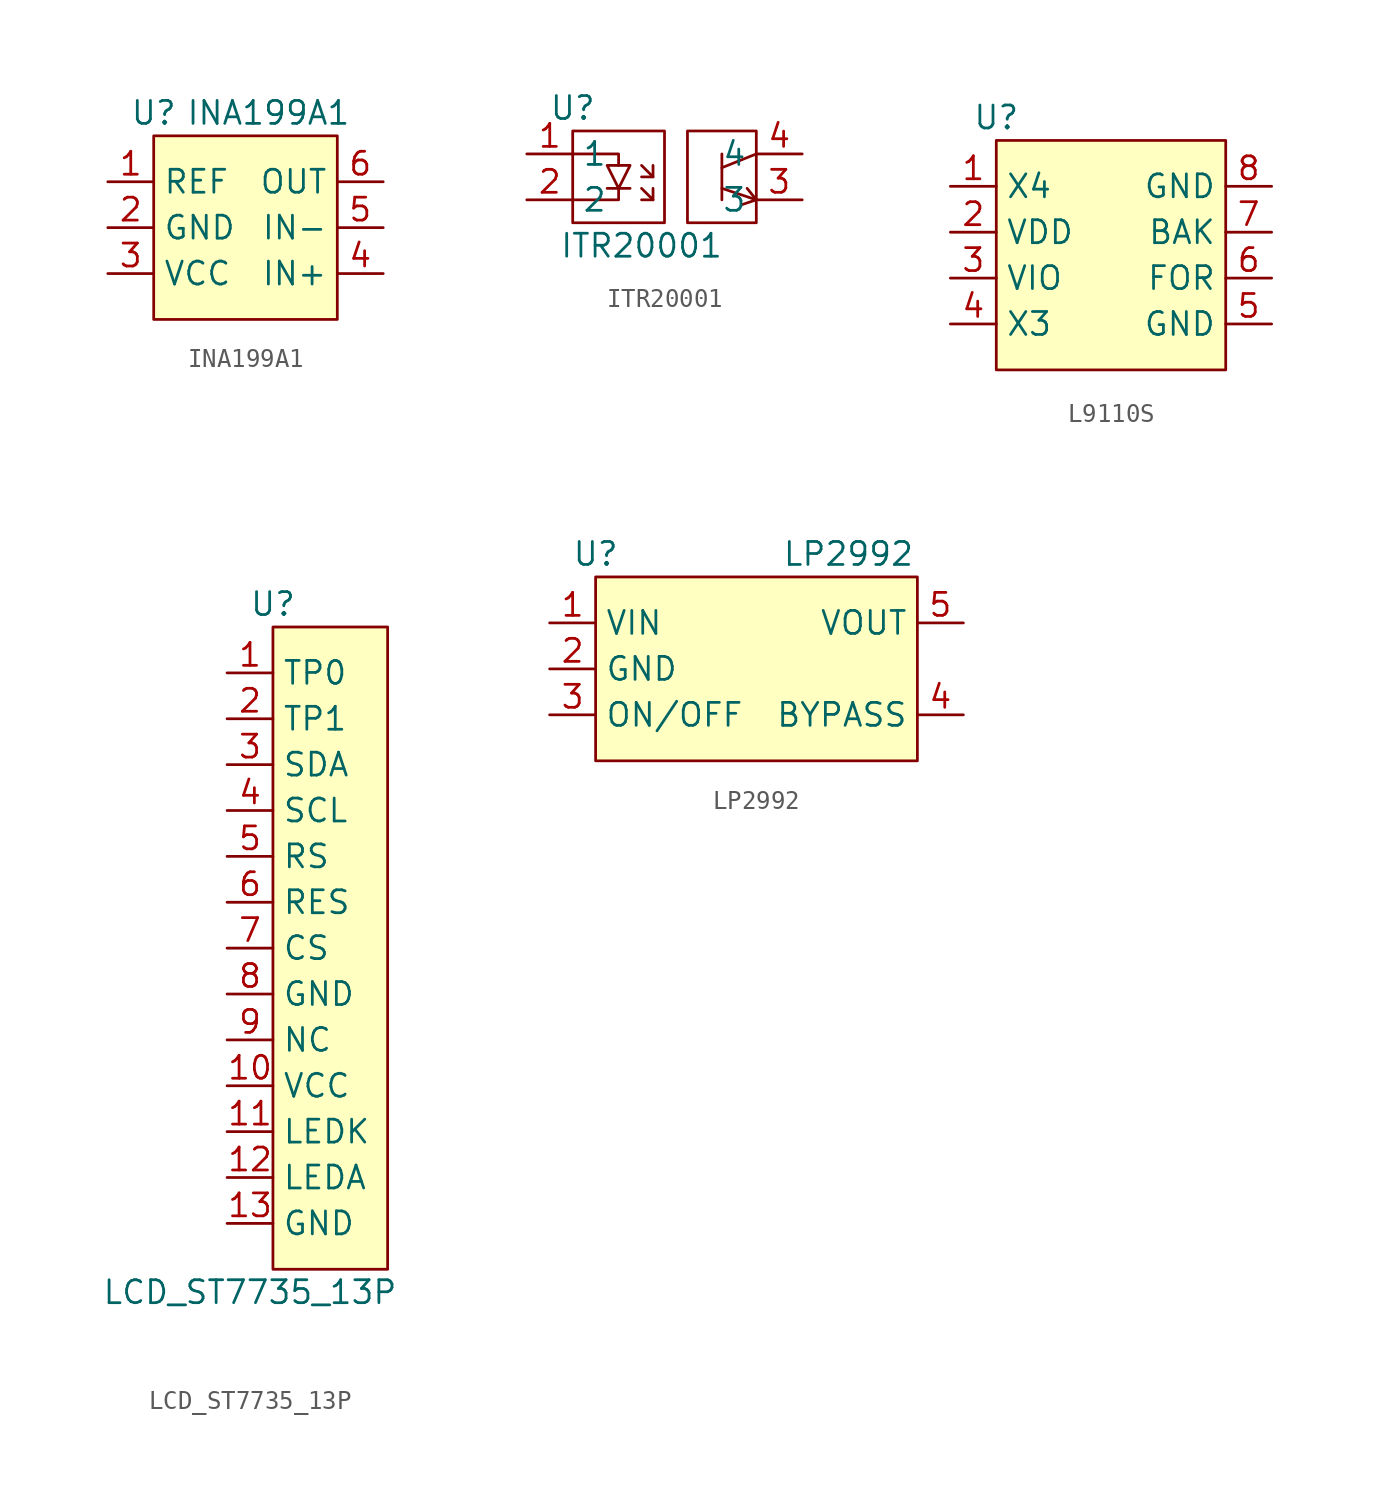
<source format=kicad_sym>
(kicad_symbol_lib
  (version 20220914)
  (generator kicad_symbol_editor)
  (symbol "INA199A1"
    (property "Reference" "U"
      (at 0 1.27 0)
      (effects (font (size 1.27 1.27))))
    (property "Value" "INA199A1"
      (at 6.35 1.27 0)
      (effects (font (size 1.27 1.27))))
    (symbol "INA199A1_0_1"
      (rectangle (start 0 0) (end 10.16 -10.16) (stroke (width 0) (type default)) (fill (type background))))
    (symbol "INA199A1_1_1"
      (pin bidirectional line (at -2.54 -2.54 0) (length 2.54) (name "REF" (effects (font (size 1.27 1.27)))) (number "1" (effects (font (size 1.27 1.27)))))
      (pin power_in line (at -2.54 -5.08 0) (length 2.54) (name "GND" (effects (font (size 1.27 1.27)))) (number "2" (effects (font (size 1.27 1.27)))))
      (pin power_in line (at -2.54 -7.62 0) (length 2.54) (name "VCC" (effects (font (size 1.27 1.27)))) (number "3" (effects (font (size 1.27 1.27)))))
      (pin bidirectional line (at 12.7 -7.62 180) (length 2.54) (name "IN+" (effects (font (size 1.27 1.27)))) (number "4" (effects (font (size 1.27 1.27)))))
      (pin bidirectional line (at 12.7 -5.08 180) (length 2.54) (name "IN-" (effects (font (size 1.27 1.27)))) (number "5" (effects (font (size 1.27 1.27)))))
      (pin bidirectional line (at 12.7 -2.54 180) (length 2.54) (name "OUT" (effects (font (size 1.27 1.27)))) (number "6" (effects (font (size 1.27 1.27)))))))
  (symbol "ITR20001"
    (property "Reference" "U"
      (at 0 2.54 0)
      (effects (font (size 1.27 1.27))))
    (property "Value" "ITR20001"
      (at 3.81 -5.08 0)
      (effects (font (size 1.27 1.27))))
    (symbol "ITR20001_0_1"
      (polyline (pts (xy 1.905 -1.905) (xy 3.175 -1.905)) (stroke (width 0) (type default)) (fill (type none)))
      (polyline (pts (xy 3.81 -2.54) (xy 4.445 -2.54)) (stroke (width 0) (type default)) (fill (type none)))
      (polyline (pts (xy 3.81 -0.635) (xy 4.445 -1.27)) (stroke (width 0) (type default)) (fill (type none)))
      (polyline (pts (xy 8.255 -1.905) (xy 10.16 -2.54)) (stroke (width 0) (type default)) (fill (type none)))
      (polyline (pts (xy 8.255 0) (xy 8.255 -2.54)) (stroke (width 0) (type default)) (fill (type none)))
      (polyline (pts (xy 10.16 0) (xy 8.255 -0.762)) (stroke (width 0) (type default)) (fill (type none)))
      (polyline (pts (xy 2.54 -1.905) (xy 2.54 -2.54) (xy 0 -2.54)) (stroke (width 0) (type default)) (fill (type none)))
      (polyline (pts (xy 2.54 -0.635) (xy 2.54 0) (xy 0 0)) (stroke (width 0) (type default)) (fill (type none)))
      (polyline (pts (xy 3.81 -1.905) (xy 4.445 -2.54) (xy 4.445 -1.905)) (stroke (width 0) (type default)) (fill (type none)))
      (polyline (pts (xy 4.445 -0.635) (xy 4.445 -1.27) (xy 3.81 -1.27)) (stroke (width 0) (type default)) (fill (type none)))
      (polyline (pts (xy 9.652 -1.905) (xy 10.16 -2.54) (xy 9.398 -2.794)) (stroke (width 0) (type default)) (fill (type none)))
      (polyline (pts (xy 1.905 -0.635) (xy 3.175 -0.635) (xy 2.54 -1.905) (xy 1.905 -0.635)) (stroke (width 0) (type default)) (fill (type none)))
      (rectangle (start 0 1.27) (end 5.08 -3.81) (stroke (width 0) (type default)) (fill (type none)))
      (rectangle (start 6.35 1.27) (end 10.16 -3.81) (stroke (width 0) (type default)) (fill (type none))))
    (symbol "ITR20001_1_1"
      (pin bidirectional line (at -2.54 0 0) (length 2.54) (name "1" (effects (font (size 1.27 1.27)))) (number "1" (effects (font (size 1.27 1.27)))))
      (pin bidirectional line (at -2.54 -2.54 0) (length 2.54) (name "2" (effects (font (size 1.27 1.27)))) (number "2" (effects (font (size 1.27 1.27)))))
      (pin bidirectional line (at 12.7 -2.54 180) (length 2.54) (name "3" (effects (font (size 1.27 1.27)))) (number "3" (effects (font (size 1.27 1.27)))))
      (pin bidirectional line (at 12.7 0 180) (length 2.54) (name "4" (effects (font (size 1.27 1.27)))) (number "4" (effects (font (size 1.27 1.27)))))))
  (symbol "L9110S"
    (property "Reference" "U"
      (at 0 1.27 0)
      (effects (font (size 1.27 1.27))))
    (property "Value" ""
      (at 0 1.27 0)
      (effects (font (size 1.27 1.27))))
    (symbol "L9110S_0_1"
      (rectangle (start 0 0) (end 12.7 -12.7) (stroke (width 0) (type default)) (fill (type background))))
    (symbol "L9110S_1_1"
      (pin bidirectional line (at -2.54 -2.54 0) (length 2.54) (name "X4" (effects (font (size 1.27 1.27)))) (number "1" (effects (font (size 1.27 1.27)))))
      (pin power_in line (at -2.54 -5.08 0) (length 2.54) (name "VDD" (effects (font (size 1.27 1.27)))) (number "2" (effects (font (size 1.27 1.27)))))
      (pin power_in line (at -2.54 -7.62 0) (length 2.54) (name "VIO" (effects (font (size 1.27 1.27)))) (number "3" (effects (font (size 1.27 1.27)))))
      (pin bidirectional line (at -2.54 -10.16 0) (length 2.54) (name "X3" (effects (font (size 1.27 1.27)))) (number "4" (effects (font (size 1.27 1.27)))))
      (pin power_in line (at 15.24 -10.16 180) (length 2.54) (name "GND" (effects (font (size 1.27 1.27)))) (number "5" (effects (font (size 1.27 1.27)))))
      (pin bidirectional line (at 15.24 -7.62 180) (length 2.54) (name "FOR" (effects (font (size 1.27 1.27)))) (number "6" (effects (font (size 1.27 1.27)))))
      (pin bidirectional line (at 15.24 -5.08 180) (length 2.54) (name "BAK" (effects (font (size 1.27 1.27)))) (number "7" (effects (font (size 1.27 1.27)))))
      (pin power_in line (at 15.24 -2.54 180) (length 2.54) (name "GND" (effects (font (size 1.27 1.27)))) (number "8" (effects (font (size 1.27 1.27)))))))
  (symbol "LCD_ST7735_13P"
    (property "Reference" "U"
      (at 0 1.27 0)
      (effects (font (size 1.27 1.27))))
    (property "Value" "LCD_ST7735_13P"
      (at -1.27 -36.83 0)
      (effects (font (size 1.27 1.27))))
    (symbol "LCD_ST7735_13P_0_1"
      (rectangle (start 0 0) (end 6.35 -35.56) (stroke (width 0) (type default)) (fill (type background))))
    (symbol "LCD_ST7735_13P_1_1"
      (pin bidirectional line (at -2.54 -2.54 0) (length 2.54) (name "TP0" (effects (font (size 1.27 1.27)))) (number "1" (effects (font (size 1.27 1.27)))))
      (pin power_in line (at -2.54 -25.4 0) (length 2.54) (name "VCC" (effects (font (size 1.27 1.27)))) (number "10" (effects (font (size 1.27 1.27)))))
      (pin bidirectional line (at -2.54 -27.94 0) (length 2.54) (name "LEDK" (effects (font (size 1.27 1.27)))) (number "11" (effects (font (size 1.27 1.27)))))
      (pin bidirectional line (at -2.54 -30.48 0) (length 2.54) (name "LEDA" (effects (font (size 1.27 1.27)))) (number "12" (effects (font (size 1.27 1.27)))))
      (pin power_in line (at -2.54 -33.02 0) (length 2.54) (name "GND" (effects (font (size 1.27 1.27)))) (number "13" (effects (font (size 1.27 1.27)))))
      (pin bidirectional line (at -2.54 -5.08 0) (length 2.54) (name "TP1" (effects (font (size 1.27 1.27)))) (number "2" (effects (font (size 1.27 1.27)))))
      (pin bidirectional line (at -2.54 -7.62 0) (length 2.54) (name "SDA" (effects (font (size 1.27 1.27)))) (number "3" (effects (font (size 1.27 1.27)))))
      (pin bidirectional line (at -2.54 -10.16 0) (length 2.54) (name "SCL" (effects (font (size 1.27 1.27)))) (number "4" (effects (font (size 1.27 1.27)))))
      (pin bidirectional line (at -2.54 -12.7 0) (length 2.54) (name "RS" (effects (font (size 1.27 1.27)))) (number "5" (effects (font (size 1.27 1.27)))))
      (pin bidirectional line (at -2.54 -15.24 0) (length 2.54) (name "RES" (effects (font (size 1.27 1.27)))) (number "6" (effects (font (size 1.27 1.27)))))
      (pin bidirectional line (at -2.54 -17.78 0) (length 2.54) (name "CS" (effects (font (size 1.27 1.27)))) (number "7" (effects (font (size 1.27 1.27)))))
      (pin power_in line (at -2.54 -20.32 0) (length 2.54) (name "GND" (effects (font (size 1.27 1.27)))) (number "8" (effects (font (size 1.27 1.27)))))
      (pin bidirectional line (at -2.54 -22.86 0) (length 2.54) (name "NC" (effects (font (size 1.27 1.27)))) (number "9" (effects (font (size 1.27 1.27)))))))
  (symbol "LP2992"
    (property "Reference" "U"
      (at 0 1.27 0)
      (effects (font (size 1.27 1.27))))
    (property "Value" "LP2992"
      (at 13.97 1.27 0)
      (effects (font (size 1.27 1.27))))
    (symbol "LP2992_0_1"
      (rectangle (start 0 0) (end 17.78 -10.16) (stroke (width 0) (type default)) (fill (type background))))
    (symbol "LP2992_1_1"
      (pin power_in line (at -2.54 -2.54 0) (length 2.54) (name "VIN" (effects (font (size 1.27 1.27)))) (number "1" (effects (font (size 1.27 1.27)))))
      (pin power_in line (at -2.54 -5.08 0) (length 2.54) (name "GND" (effects (font (size 1.27 1.27)))) (number "2" (effects (font (size 1.27 1.27)))))
      (pin input line (at -2.54 -7.62 0) (length 2.54) (name "ON/OFF" (effects (font (size 1.27 1.27)))) (number "3" (effects (font (size 1.27 1.27)))))
      (pin bidirectional line (at 20.32 -7.62 180) (length 2.54) (name "BYPASS" (effects (font (size 1.27 1.27)))) (number "4" (effects (font (size 1.27 1.27)))))
      (pin power_out line (at 20.32 -2.54 180) (length 2.54) (name "VOUT" (effects (font (size 1.27 1.27)))) (number "5" (effects (font (size 1.27 1.27))))))))
</source>
